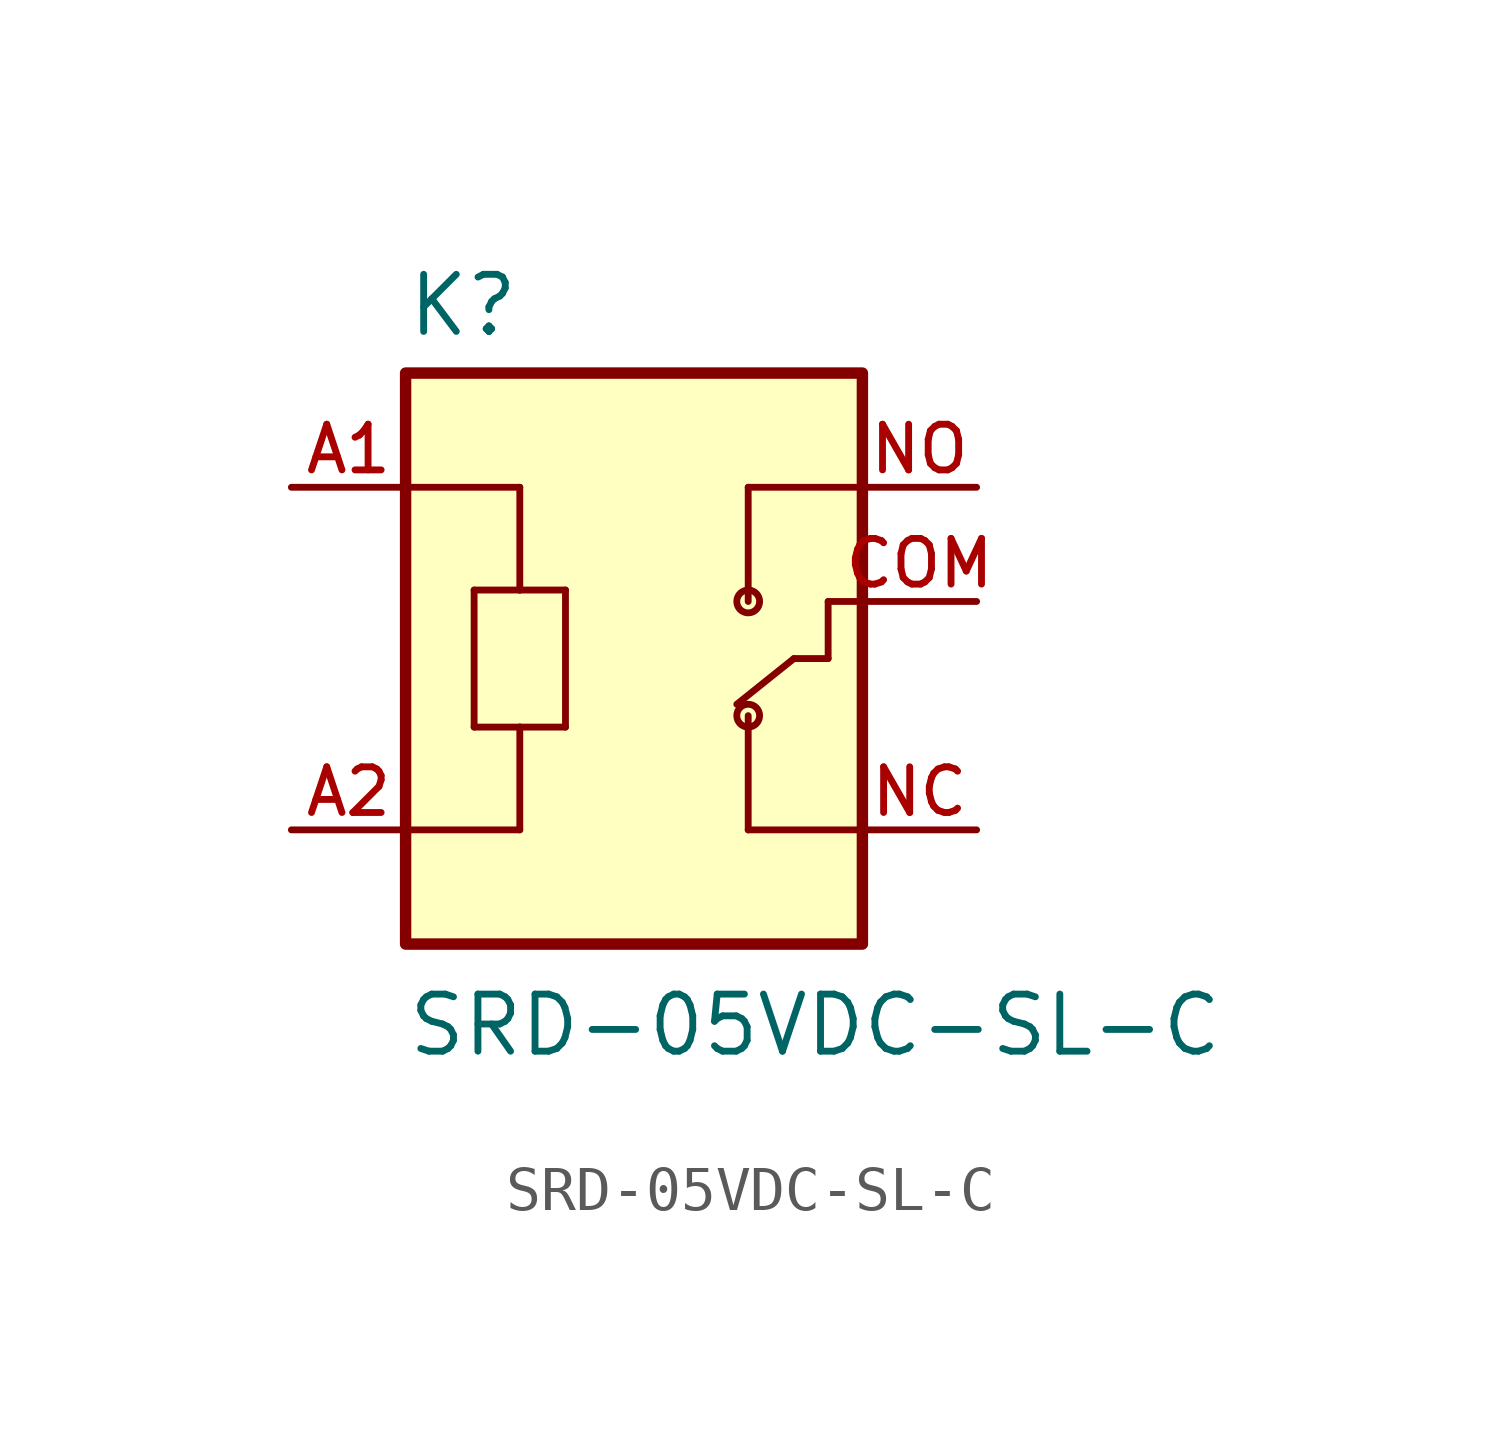
<source format=kicad_sym>
(kicad_symbol_lib
  (version 20220914)
  (generator kicad_symbol_editor)
  (symbol "SRD-05VDC-SL-C"
    (pin_names
      (offset 1.016))
    (property "Reference" "K"
      (at -5.081 5.843 0)
      (effects (font (size 1.27 1.27)) (justify left bottom)))
    (property "Value" "SRD-05VDC-SL-C"
      (at -5.083 -10.166 0)
      (effects (font (size 1.27 1.27)) (justify left bottom)))
    (symbol "SRD-05VDC-SL-C_0_0"
      (rectangle (start -5.08 -7.62) (end 5.08 5.08) (stroke (width 0.254) (type default)) (fill (type background)))
      (polyline (pts (xy -5.08 2.54) (xy -2.54 2.54)) (stroke (width 0.152) (type default)) (fill (type none)))
      (polyline (pts (xy -3.556 -2.794) (xy -2.54 -2.794)) (stroke (width 0.152) (type default)) (fill (type none)))
      (polyline (pts (xy -3.556 0.254) (xy -3.556 -2.794)) (stroke (width 0.152) (type default)) (fill (type none)))
      (polyline (pts (xy -2.54 -5.08) (xy -5.08 -5.08)) (stroke (width 0.152) (type default)) (fill (type none)))
      (polyline (pts (xy -2.54 -2.794) (xy -2.54 -5.08)) (stroke (width 0.152) (type default)) (fill (type none)))
      (polyline (pts (xy -2.54 -2.794) (xy -1.524 -2.794)) (stroke (width 0.152) (type default)) (fill (type none)))
      (polyline (pts (xy -2.54 0.254) (xy -3.556 0.254)) (stroke (width 0.152) (type default)) (fill (type none)))
      (polyline (pts (xy -2.54 2.54) (xy -2.54 0.254)) (stroke (width 0.152) (type default)) (fill (type none)))
      (polyline (pts (xy -1.524 -2.794) (xy -1.524 0.254)) (stroke (width 0.152) (type default)) (fill (type none)))
      (polyline (pts (xy -1.524 0.254) (xy -2.54 0.254)) (stroke (width 0.152) (type default)) (fill (type none)))
      (polyline (pts (xy 2.54 -5.08) (xy 5.08 -5.08)) (stroke (width 0.152) (type default)) (fill (type none)))
      (polyline (pts (xy 2.54 -2.54) (xy 2.54 -5.08)) (stroke (width 0.152) (type default)) (fill (type none)))
      (polyline (pts (xy 2.54 2.54) (xy 2.54 0)) (stroke (width 0.152) (type default)) (fill (type none)))
      (polyline (pts (xy 3.556 -1.27) (xy 2.286 -2.286)) (stroke (width 0.152) (type default)) (fill (type none)))
      (polyline (pts (xy 3.556 -1.27) (xy 4.318 -1.27)) (stroke (width 0.152) (type default)) (fill (type none)))
      (polyline (pts (xy 4.318 -1.27) (xy 4.318 0)) (stroke (width 0.152) (type default)) (fill (type none)))
      (polyline (pts (xy 4.318 0) (xy 5.08 0)) (stroke (width 0.152) (type default)) (fill (type none)))
      (polyline (pts (xy 5.08 2.54) (xy 2.54 2.54)) (stroke (width 0.152) (type default)) (fill (type none)))
      (circle (center 2.54 -2.54) (radius 0.254) (stroke (width 0.152) (type default)) (fill (type none)))
      (circle (center 2.54 0) (radius 0.254) (stroke (width 0.152) (type default)) (fill (type none)))
      (pin passive line (at -7.62 2.54 0) (length 2.54) (name "~" (effects (font (size 1.016 1.016)))) (number "A1" (effects (font (size 1.016 1.016)))))
      (pin passive line (at -7.62 -5.08 0) (length 2.54) (name "~" (effects (font (size 1.016 1.016)))) (number "A2" (effects (font (size 1.016 1.016)))))
      (pin passive line (at 7.62 0 180) (length 2.54) (name "~" (effects (font (size 1.016 1.016)))) (number "COM" (effects (font (size 1.016 1.016)))))
      (pin passive line (at 7.62 -5.08 180) (length 2.54) (name "~" (effects (font (size 1.016 1.016)))) (number "NC" (effects (font (size 1.016 1.016)))))
      (pin passive line (at 7.62 2.54 180) (length 2.54) (name "~" (effects (font (size 1.016 1.016)))) (number "NO" (effects (font (size 1.016 1.016))))))))
</source>
